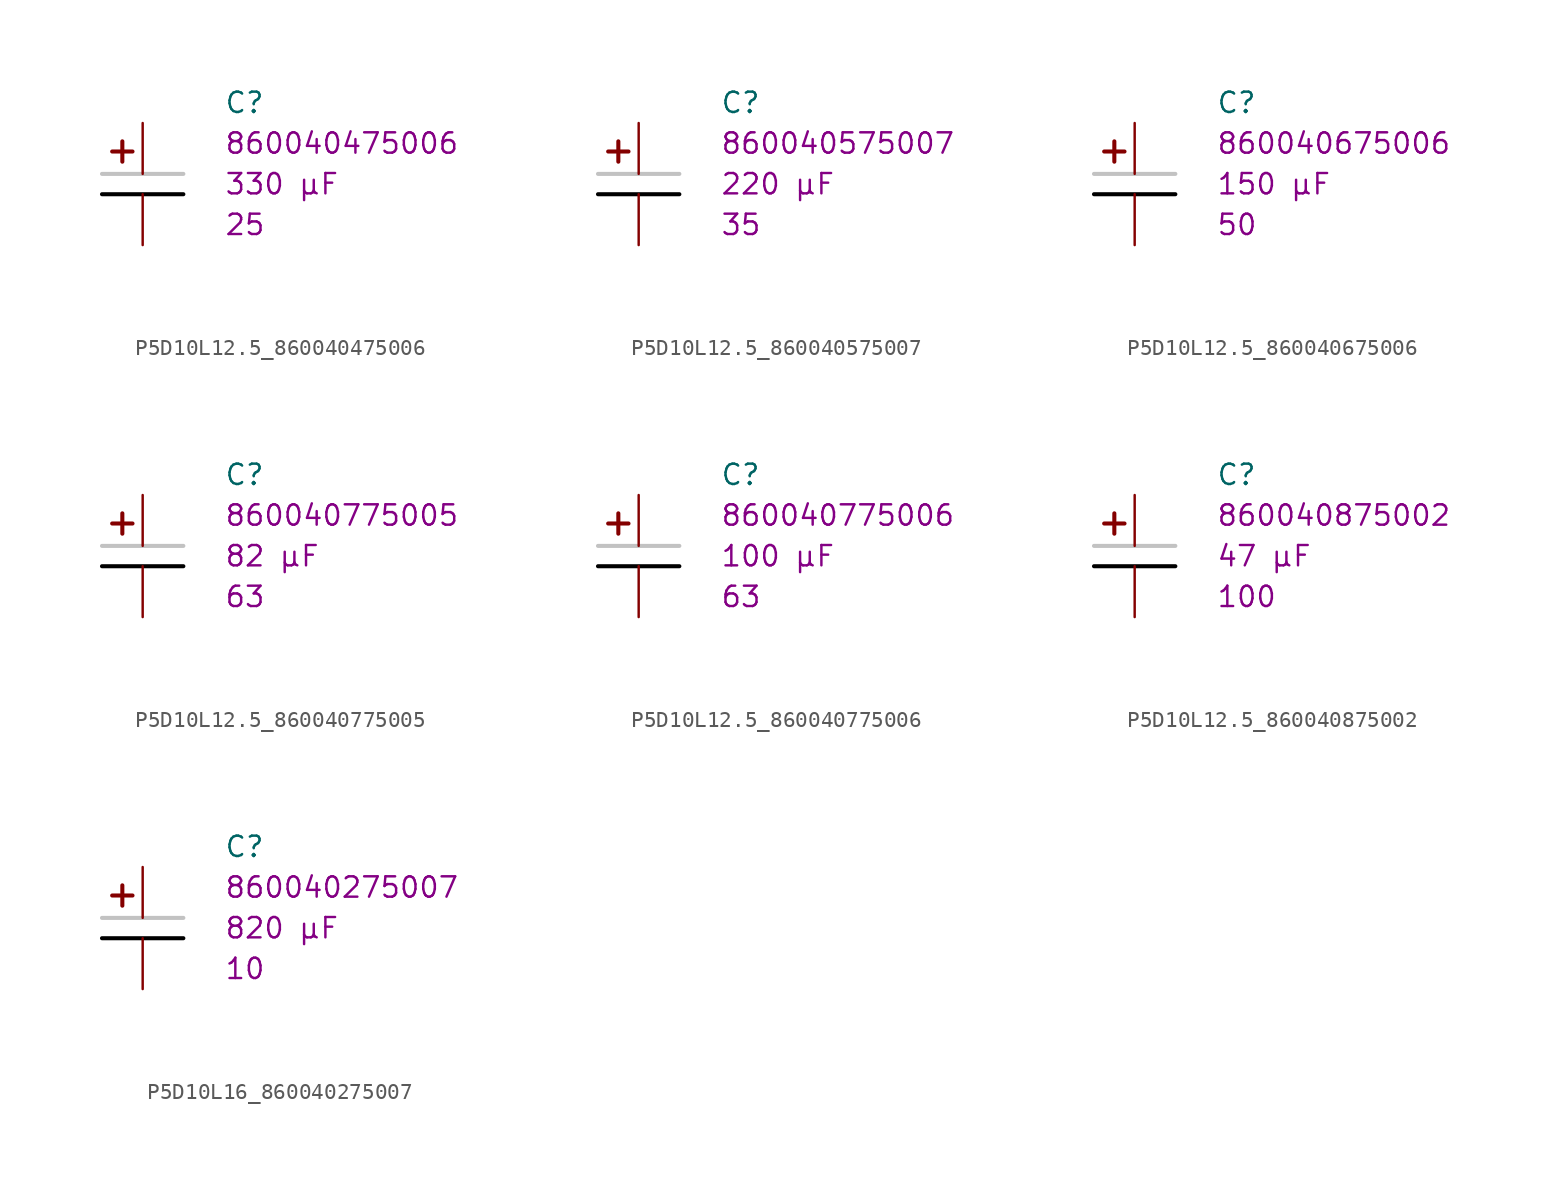
<source format=kicad_sym>
(kicad_symbol_lib
  (version 20220914)
  (generator kicad_symbol_editor)
  (symbol "P5D10L12.5_860040475006"
    (pin_numbers hide)
    (pin_names hide)
    (property "Reference" "C"
      (at 5.08 5.08 0)
      (effects (font (size 1.27 1.27)) (justify left)))
    (property "Part Number" "860040475006"
      (at 5.08 2.54 0)
      (effects (font (size 1.27 1.27)) (justify left)))
    (property "Capacitance" "330 µF"
      (at 5.08 0 0)
      (effects (font (size 1.27 1.27)) (justify left)))
    (property "Voltage" "25"
      (at 5.08 -2.54 0)
      (effects (font (size 1.27 1.27)) (justify left)))
    (property "Critical Parameter" ""
      (at 0 -7.62 0)
      (effects (font (size 1.27 1.27)) (justify left)))
    (symbol "P5D10L12.5_860040475006_1_1"
      (polyline (pts (xy -1.27 2.667) (xy -1.27 1.397)) (stroke (width 0.254) (type default)) (fill (type none)))
      (polyline (pts (xy -0.635 2.032) (xy -1.905 2.032)) (stroke (width 0.254) (type default)) (fill (type none)))
      (polyline (pts (xy 2.54 -0.635) (xy -2.54 -0.635)) (stroke (width 0.254) (type default) (color 0 0 0 1)) (fill (type none)))
      (polyline (pts (xy 2.54 0.635) (xy -2.54 0.635)) (stroke (width 0.254) (type default) (color 194 194 194 1)) (fill (type none)))
      (pin passive line (at 0 3.81 270) (length 3.175) (name "1" (effects (font (size 1.27 1.27)))) (number "1" (effects (font (size 1.27 1.27)))))
      (pin passive line (at 0 -3.81 90) (length 3.175) (name "2" (effects (font (size 1.27 1.27)))) (number "2" (effects (font (size 1.27 1.27)))))))
  (symbol "P5D10L12.5_860040575007"
    (pin_numbers hide)
    (pin_names hide)
    (property "Reference" "C"
      (at 5.08 5.08 0)
      (effects (font (size 1.27 1.27)) (justify left)))
    (property "Part Number" "860040575007"
      (at 5.08 2.54 0)
      (effects (font (size 1.27 1.27)) (justify left)))
    (property "Capacitance" "220 µF"
      (at 5.08 0 0)
      (effects (font (size 1.27 1.27)) (justify left)))
    (property "Voltage" "35"
      (at 5.08 -2.54 0)
      (effects (font (size 1.27 1.27)) (justify left)))
    (property "Critical Parameter" ""
      (at 0 -7.62 0)
      (effects (font (size 1.27 1.27)) (justify left)))
    (symbol "P5D10L12.5_860040575007_1_1"
      (polyline (pts (xy -1.27 2.667) (xy -1.27 1.397)) (stroke (width 0.254) (type default)) (fill (type none)))
      (polyline (pts (xy -0.635 2.032) (xy -1.905 2.032)) (stroke (width 0.254) (type default)) (fill (type none)))
      (polyline (pts (xy 2.54 -0.635) (xy -2.54 -0.635)) (stroke (width 0.254) (type default) (color 0 0 0 1)) (fill (type none)))
      (polyline (pts (xy 2.54 0.635) (xy -2.54 0.635)) (stroke (width 0.254) (type default) (color 194 194 194 1)) (fill (type none)))
      (pin passive line (at 0 3.81 270) (length 3.175) (name "1" (effects (font (size 1.27 1.27)))) (number "1" (effects (font (size 1.27 1.27)))))
      (pin passive line (at 0 -3.81 90) (length 3.175) (name "2" (effects (font (size 1.27 1.27)))) (number "2" (effects (font (size 1.27 1.27)))))))
  (symbol "P5D10L12.5_860040675006"
    (pin_numbers hide)
    (pin_names hide)
    (property "Reference" "C"
      (at 5.08 5.08 0)
      (effects (font (size 1.27 1.27)) (justify left)))
    (property "Part Number" "860040675006"
      (at 5.08 2.54 0)
      (effects (font (size 1.27 1.27)) (justify left)))
    (property "Capacitance" "150 µF"
      (at 5.08 0 0)
      (effects (font (size 1.27 1.27)) (justify left)))
    (property "Voltage" "50"
      (at 5.08 -2.54 0)
      (effects (font (size 1.27 1.27)) (justify left)))
    (property "Critical Parameter" ""
      (at 0 -7.62 0)
      (effects (font (size 1.27 1.27)) (justify left)))
    (symbol "P5D10L12.5_860040675006_1_1"
      (polyline (pts (xy -1.27 2.667) (xy -1.27 1.397)) (stroke (width 0.254) (type default)) (fill (type none)))
      (polyline (pts (xy -0.635 2.032) (xy -1.905 2.032)) (stroke (width 0.254) (type default)) (fill (type none)))
      (polyline (pts (xy 2.54 -0.635) (xy -2.54 -0.635)) (stroke (width 0.254) (type default) (color 0 0 0 1)) (fill (type none)))
      (polyline (pts (xy 2.54 0.635) (xy -2.54 0.635)) (stroke (width 0.254) (type default) (color 194 194 194 1)) (fill (type none)))
      (pin passive line (at 0 3.81 270) (length 3.175) (name "1" (effects (font (size 1.27 1.27)))) (number "1" (effects (font (size 1.27 1.27)))))
      (pin passive line (at 0 -3.81 90) (length 3.175) (name "2" (effects (font (size 1.27 1.27)))) (number "2" (effects (font (size 1.27 1.27)))))))
  (symbol "P5D10L12.5_860040775005"
    (pin_numbers hide)
    (pin_names hide)
    (property "Reference" "C"
      (at 5.08 5.08 0)
      (effects (font (size 1.27 1.27)) (justify left)))
    (property "Part Number" "860040775005"
      (at 5.08 2.54 0)
      (effects (font (size 1.27 1.27)) (justify left)))
    (property "Capacitance" "82 µF"
      (at 5.08 0 0)
      (effects (font (size 1.27 1.27)) (justify left)))
    (property "Voltage" "63"
      (at 5.08 -2.54 0)
      (effects (font (size 1.27 1.27)) (justify left)))
    (property "Critical Parameter" ""
      (at 0 -7.62 0)
      (effects (font (size 1.27 1.27)) (justify left)))
    (symbol "P5D10L12.5_860040775005_1_1"
      (polyline (pts (xy -1.27 2.667) (xy -1.27 1.397)) (stroke (width 0.254) (type default)) (fill (type none)))
      (polyline (pts (xy -0.635 2.032) (xy -1.905 2.032)) (stroke (width 0.254) (type default)) (fill (type none)))
      (polyline (pts (xy 2.54 -0.635) (xy -2.54 -0.635)) (stroke (width 0.254) (type default) (color 0 0 0 1)) (fill (type none)))
      (polyline (pts (xy 2.54 0.635) (xy -2.54 0.635)) (stroke (width 0.254) (type default) (color 194 194 194 1)) (fill (type none)))
      (pin passive line (at 0 3.81 270) (length 3.175) (name "1" (effects (font (size 1.27 1.27)))) (number "1" (effects (font (size 1.27 1.27)))))
      (pin passive line (at 0 -3.81 90) (length 3.175) (name "2" (effects (font (size 1.27 1.27)))) (number "2" (effects (font (size 1.27 1.27)))))))
  (symbol "P5D10L12.5_860040775006"
    (pin_numbers hide)
    (pin_names hide)
    (property "Reference" "C"
      (at 5.08 5.08 0)
      (effects (font (size 1.27 1.27)) (justify left)))
    (property "Part Number" "860040775006"
      (at 5.08 2.54 0)
      (effects (font (size 1.27 1.27)) (justify left)))
    (property "Capacitance" "100 µF"
      (at 5.08 0 0)
      (effects (font (size 1.27 1.27)) (justify left)))
    (property "Voltage" "63"
      (at 5.08 -2.54 0)
      (effects (font (size 1.27 1.27)) (justify left)))
    (property "Critical Parameter" ""
      (at 0 -7.62 0)
      (effects (font (size 1.27 1.27)) (justify left)))
    (symbol "P5D10L12.5_860040775006_1_1"
      (polyline (pts (xy -1.27 2.667) (xy -1.27 1.397)) (stroke (width 0.254) (type default)) (fill (type none)))
      (polyline (pts (xy -0.635 2.032) (xy -1.905 2.032)) (stroke (width 0.254) (type default)) (fill (type none)))
      (polyline (pts (xy 2.54 -0.635) (xy -2.54 -0.635)) (stroke (width 0.254) (type default) (color 0 0 0 1)) (fill (type none)))
      (polyline (pts (xy 2.54 0.635) (xy -2.54 0.635)) (stroke (width 0.254) (type default) (color 194 194 194 1)) (fill (type none)))
      (pin passive line (at 0 3.81 270) (length 3.175) (name "1" (effects (font (size 1.27 1.27)))) (number "1" (effects (font (size 1.27 1.27)))))
      (pin passive line (at 0 -3.81 90) (length 3.175) (name "2" (effects (font (size 1.27 1.27)))) (number "2" (effects (font (size 1.27 1.27)))))))
  (symbol "P5D10L12.5_860040875002"
    (pin_numbers hide)
    (pin_names hide)
    (property "Reference" "C"
      (at 5.08 5.08 0)
      (effects (font (size 1.27 1.27)) (justify left)))
    (property "Part Number" "860040875002"
      (at 5.08 2.54 0)
      (effects (font (size 1.27 1.27)) (justify left)))
    (property "Capacitance" "47 µF"
      (at 5.08 0 0)
      (effects (font (size 1.27 1.27)) (justify left)))
    (property "Voltage" "100"
      (at 5.08 -2.54 0)
      (effects (font (size 1.27 1.27)) (justify left)))
    (property "Critical Parameter" ""
      (at 0 -7.62 0)
      (effects (font (size 1.27 1.27)) (justify left)))
    (symbol "P5D10L12.5_860040875002_1_1"
      (polyline (pts (xy -1.27 2.667) (xy -1.27 1.397)) (stroke (width 0.254) (type default)) (fill (type none)))
      (polyline (pts (xy -0.635 2.032) (xy -1.905 2.032)) (stroke (width 0.254) (type default)) (fill (type none)))
      (polyline (pts (xy 2.54 -0.635) (xy -2.54 -0.635)) (stroke (width 0.254) (type default) (color 0 0 0 1)) (fill (type none)))
      (polyline (pts (xy 2.54 0.635) (xy -2.54 0.635)) (stroke (width 0.254) (type default) (color 194 194 194 1)) (fill (type none)))
      (pin passive line (at 0 3.81 270) (length 3.175) (name "1" (effects (font (size 1.27 1.27)))) (number "1" (effects (font (size 1.27 1.27)))))
      (pin passive line (at 0 -3.81 90) (length 3.175) (name "2" (effects (font (size 1.27 1.27)))) (number "2" (effects (font (size 1.27 1.27)))))))
  (symbol "P5D10L16_860040275007"
    (pin_numbers hide)
    (pin_names hide)
    (property "Reference" "C"
      (at 5.08 5.08 0)
      (effects (font (size 1.27 1.27)) (justify left)))
    (property "Part Number" "860040275007"
      (at 5.08 2.54 0)
      (effects (font (size 1.27 1.27)) (justify left)))
    (property "Capacitance" "820 µF"
      (at 5.08 0 0)
      (effects (font (size 1.27 1.27)) (justify left)))
    (property "Voltage" "10"
      (at 5.08 -2.54 0)
      (effects (font (size 1.27 1.27)) (justify left)))
    (property "Critical Parameter" ""
      (at 0 -7.62 0)
      (effects (font (size 1.27 1.27)) (justify left)))
    (symbol "P5D10L16_860040275007_1_1"
      (polyline (pts (xy -1.27 2.667) (xy -1.27 1.397)) (stroke (width 0.254) (type default)) (fill (type none)))
      (polyline (pts (xy -0.635 2.032) (xy -1.905 2.032)) (stroke (width 0.254) (type default)) (fill (type none)))
      (polyline (pts (xy 2.54 -0.635) (xy -2.54 -0.635)) (stroke (width 0.254) (type default) (color 0 0 0 1)) (fill (type none)))
      (polyline (pts (xy 2.54 0.635) (xy -2.54 0.635)) (stroke (width 0.254) (type default) (color 194 194 194 1)) (fill (type none)))
      (pin passive line (at 0 3.81 270) (length 3.175) (name "1" (effects (font (size 1.27 1.27)))) (number "1" (effects (font (size 1.27 1.27)))))
      (pin passive line (at 0 -3.81 90) (length 3.175) (name "2" (effects (font (size 1.27 1.27)))) (number "2" (effects (font (size 1.27 1.27))))))))
</source>
